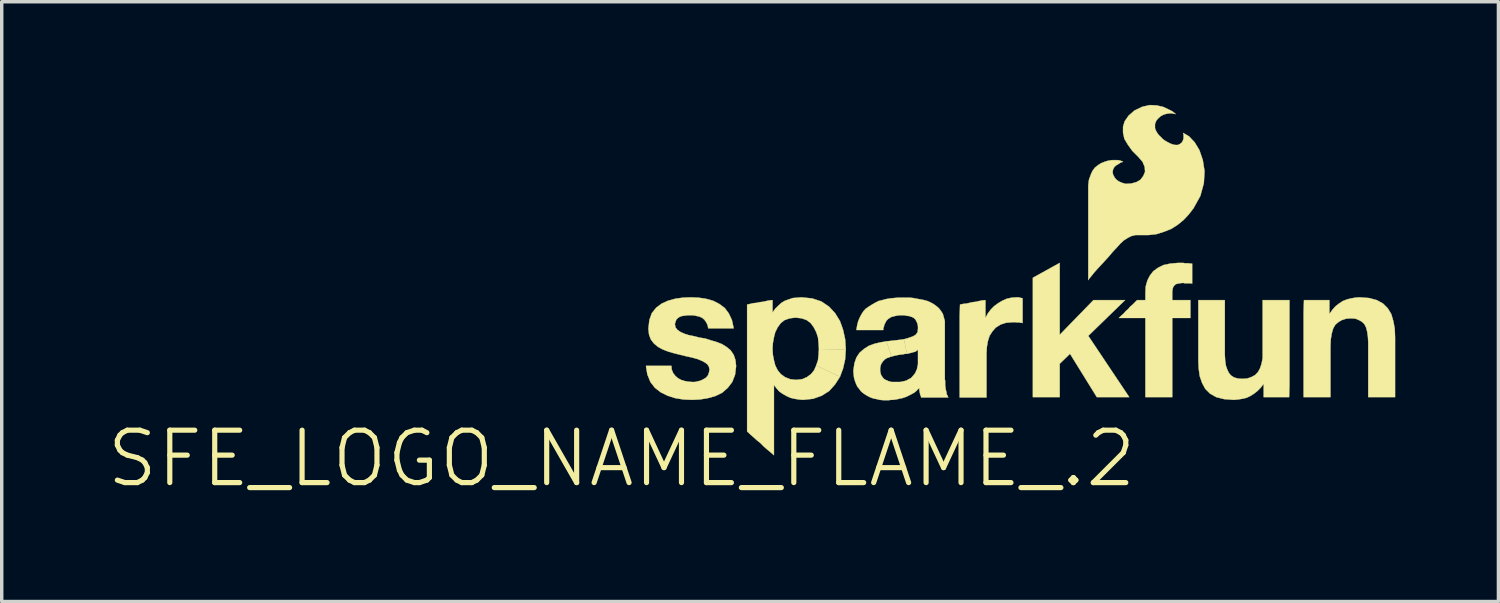
<source format=kicad_pcb>
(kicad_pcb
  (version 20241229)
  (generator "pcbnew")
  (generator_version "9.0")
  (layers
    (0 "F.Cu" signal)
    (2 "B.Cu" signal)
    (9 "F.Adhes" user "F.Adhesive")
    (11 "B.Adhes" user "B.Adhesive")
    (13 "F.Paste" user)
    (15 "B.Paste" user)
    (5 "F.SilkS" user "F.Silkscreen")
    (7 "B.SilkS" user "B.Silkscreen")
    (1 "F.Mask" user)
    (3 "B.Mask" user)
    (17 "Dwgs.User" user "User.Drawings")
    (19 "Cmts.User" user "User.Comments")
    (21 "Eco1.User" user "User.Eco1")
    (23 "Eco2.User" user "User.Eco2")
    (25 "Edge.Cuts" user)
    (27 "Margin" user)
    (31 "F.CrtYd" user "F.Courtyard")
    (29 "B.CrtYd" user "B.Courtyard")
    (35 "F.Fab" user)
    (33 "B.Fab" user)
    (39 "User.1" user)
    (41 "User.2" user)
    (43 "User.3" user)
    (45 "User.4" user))
  (footprint "SFE_LOGO_NAME_FLAME_.2"
    (layer "F.Cu")
    (at 15.022 10.284)
    (property "Reference" "SFE_LOGO_NAME_FLAME_.2" (at 0 0 0) (layer "F.SilkS") (effects (font (size 1.524 1.524) (thickness 0.15))))
    (attr exclude_from_pos_files exclude_from_bom)
    (fp_poly (pts (xy 5.659 -2.708) (xy 5.71 -2.857) (xy 5.728 -3.018) (xy 5.738 -3.188) (xy 6.518 -3.17) (xy 6.5 -2.888) (xy 6.439 -2.619) (xy 6.35 -2.38)) (stroke (width 0.01) (type solid)) (fill yes) (layer "F.SilkS"))
    (fp_poly (pts (xy 11.958 -5.258) (xy 12.738 -5.69) (xy 12.738 -3.599) (xy 13.719 -4.608) (xy 14.638 -4.608) (xy 13.569 -3.569) (xy 14.76 -1.788) (xy 13.818 -1.788) (xy 13.038 -3.048) (xy 12.738 -2.758) (xy 12.738 -1.788) (xy 11.958 -1.788)) (stroke (width 0.01) (type solid)) (fill yes) (layer "F.SilkS"))
    (fp_poly (pts (xy 7.699 -3.409) (xy 7.879 -3.429) (xy 8.049 -3.449) (xy 8.209 -3.47) (xy 8.298 -3.048) (xy 8.25 -3.048) (xy 8.209 -3.038) (xy 8.158 -3.028) (xy 8.118 -3.028) (xy 8.07 -3.018) (xy 8.019 -3.01) (xy 7.978 -3) (xy 7.93 -2.99) (xy 7.889 -2.979) (xy 7.849 -2.969)) (stroke (width 0.01) (type solid)) (fill yes) (layer "F.SilkS"))
    (fp_poly (pts (xy 19.408 -1.788) (xy 18.669 -1.788) (xy 18.669 -2.179) (xy 18.588 -2.068) (xy 18.489 -1.968) (xy 18.39 -1.89) (xy 18.278 -1.819) (xy 18.169 -1.768) (xy 18.049 -1.74) (xy 17.92 -1.72) (xy 17.798 -1.709) (xy 17.518 -1.73) (xy 17.29 -1.788) (xy 17.109 -1.89) (xy 16.97 -2.029) (xy 16.878 -2.2) (xy 16.81 -2.398) (xy 16.779 -2.619) (xy 16.769 -2.868) (xy 16.769 -4.608) (xy 17.539 -4.608) (xy 17.539 -3.018) (xy 17.549 -2.85) (xy 17.569 -2.708) (xy 17.61 -2.588) (xy 17.658 -2.489) (xy 17.719 -2.418) (xy 17.808 -2.36) (xy 17.92 -2.329) (xy 18.039 -2.319) (xy 18.189 -2.329) (xy 18.308 -2.37) (xy 18.418 -2.428) (xy 18.499 -2.51) (xy 18.56 -2.619) (xy 18.608 -2.758) (xy 18.639 -2.929) (xy 18.639 -4.608) (xy 19.418 -4.608) (xy 19.418 -2.139)) (stroke (width 0.01) (type solid)) (fill yes) (layer "F.SilkS"))
    (fp_poly (pts (xy 9.84 -4.478) (xy 9.929 -4.498) (xy 10.028 -4.508) (xy 10.119 -4.529) (xy 10.208 -4.549) (xy 10.3 -4.559) (xy 10.389 -4.58) (xy 10.488 -4.6) (xy 10.579 -4.608) (xy 10.579 -4.089) (xy 10.648 -4.219) (xy 10.729 -4.328) (xy 10.828 -4.43) (xy 10.95 -4.519) (xy 11.069 -4.59) (xy 11.199 -4.648) (xy 11.339 -4.679) (xy 11.488 -4.689) (xy 11.549 -4.689) (xy 11.57 -4.679) (xy 11.587 -4.679) (xy 11.618 -4.669) (xy 11.638 -4.669) (xy 11.659 -4.658) (xy 11.659 -3.94) (xy 11.628 -3.95) (xy 11.598 -3.95) (xy 11.56 -3.96) (xy 11.488 -3.96) (xy 11.448 -3.967) (xy 11.379 -3.967) (xy 11.179 -3.95) (xy 11.019 -3.899) (xy 10.879 -3.81) (xy 10.78 -3.698) (xy 10.698 -3.569) (xy 10.648 -3.409) (xy 10.62 -3.239) (xy 10.61 -3.058) (xy 10.61 -1.778) (xy 9.83 -1.778) (xy 9.83 -4.138)) (stroke (width 0.01) (type solid)) (fill yes) (layer "F.SilkS"))
    (fp_poly (pts (xy 19.84 -4.608) (xy 20.579 -4.608) (xy 20.579 -4.219) (xy 20.589 -4.219) (xy 20.668 -4.328) (xy 20.759 -4.43) (xy 20.858 -4.508) (xy 20.968 -4.58) (xy 21.09 -4.628) (xy 21.209 -4.658) (xy 21.328 -4.679) (xy 21.448 -4.689) (xy 21.73 -4.669) (xy 21.958 -4.608) (xy 22.139 -4.508) (xy 22.278 -4.369) (xy 22.38 -4.199) (xy 22.438 -3.998) (xy 22.479 -3.78) (xy 22.489 -3.528) (xy 22.489 -1.788) (xy 21.709 -1.788) (xy 21.709 -3.378) (xy 21.699 -3.548) (xy 21.679 -3.688) (xy 21.648 -3.81) (xy 21.598 -3.909) (xy 21.529 -3.978) (xy 21.438 -4.028) (xy 21.339 -4.069) (xy 21.209 -4.079) (xy 21.069 -4.069) (xy 20.94 -4.028) (xy 20.838 -3.967) (xy 20.749 -3.889) (xy 20.688 -3.78) (xy 20.648 -3.64) (xy 20.62 -3.47) (xy 20.61 -3.269) (xy 20.61 -1.788) (xy 19.83 -1.788) (xy 19.83 -4.26)) (stroke (width 0.01) (type solid)) (fill yes) (layer "F.SilkS"))
    (fp_poly (pts (xy 15.23 -4.089) (xy 14.458 -4.089) (xy 14.529 -4.158) (xy 14.6 -4.219) (xy 14.658 -4.288) (xy 14.729 -4.348) (xy 14.788 -4.42) (xy 14.859 -4.478) (xy 14.928 -4.549) (xy 14.989 -4.608) (xy 15.23 -4.608) (xy 15.23 -4.829) (xy 15.24 -5.009) (xy 15.288 -5.179) (xy 15.359 -5.319) (xy 15.458 -5.448) (xy 15.598 -5.55) (xy 15.758 -5.629) (xy 15.949 -5.669) (xy 16.18 -5.69) (xy 16.33 -5.69) (xy 16.378 -5.679) (xy 16.49 -5.679) (xy 16.538 -5.669) (xy 16.589 -5.669) (xy 16.589 -5.088) (xy 16.548 -5.098) (xy 16.368 -5.098) (xy 16.34 -5.108) (xy 16.299 -5.108) (xy 16.228 -5.098) (xy 16.17 -5.088) (xy 16.109 -5.07) (xy 16.068 -5.029) (xy 16.038 -4.989) (xy 16.02 -4.928) (xy 16.01 -4.859) (xy 16.01 -4.608) (xy 16.538 -4.608) (xy 16.538 -4.089) (xy 16.01 -4.089) (xy 16.01 -1.788) (xy 15.23 -1.788) (xy 15.23 -3.81)) (stroke (width 0.01) (type solid)) (fill yes) (layer "F.SilkS"))
    (fp_poly (pts (xy 6.35 -2.38) (xy 6.208 -2.159) (xy 6.038 -1.968) (xy 5.819 -1.829) (xy 5.568 -1.74) (xy 5.278 -1.709) (xy 5.149 -1.72) (xy 5.029 -1.74) (xy 4.91 -1.768) (xy 4.798 -1.819) (xy 4.689 -1.88) (xy 4.59 -1.948) (xy 4.508 -2.04) (xy 4.43 -2.139) (xy 4.43 -0.099) (xy 4.328 -0.188) (xy 4.229 -0.269) (xy 4.128 -0.358) (xy 4.039 -0.45) (xy 3.94 -0.528) (xy 3.838 -0.62) (xy 3.749 -0.699) (xy 3.65 -0.79) (xy 3.65 -4.478) (xy 3.739 -4.498) (xy 3.828 -4.519) (xy 3.929 -4.529) (xy 4.018 -4.549) (xy 4.11 -4.559) (xy 4.199 -4.58) (xy 4.298 -4.6) (xy 4.389 -4.608) (xy 4.389 -4.249) (xy 4.468 -4.359) (xy 4.559 -4.448) (xy 4.648 -4.529) (xy 4.75 -4.59) (xy 4.859 -4.628) (xy 4.978 -4.669) (xy 5.108 -4.679) (xy 5.23 -4.689) (xy 5.54 -4.658) (xy 5.809 -4.569) (xy 6.03 -4.42) (xy 6.208 -4.229) (xy 6.35 -3.998) (xy 6.439 -3.749) (xy 6.5 -3.47) (xy 6.518 -3.17) (xy 5.738 -3.188) (xy 5.728 -3.358) (xy 5.71 -3.528) (xy 5.659 -3.678) (xy 5.588 -3.818) (xy 5.499 -3.94) (xy 5.38 -4.028) (xy 5.237 -4.079) (xy 5.06 -4.1) (xy 4.889 -4.079) (xy 4.74 -4.028) (xy 4.628 -3.94) (xy 4.539 -3.818) (xy 4.468 -3.678) (xy 4.43 -3.528) (xy 4.399 -3.358) (xy 4.389 -3.188) (xy 4.399 -3.018) (xy 4.43 -2.857) (xy 4.468 -2.708) (xy 4.539 -2.568) (xy 4.628 -2.459) (xy 4.75 -2.37) (xy 4.9 -2.309) (xy 5.07 -2.289) (xy 5.248 -2.309) (xy 5.39 -2.37) (xy 5.509 -2.459) (xy 5.598 -2.568) (xy 5.659 -2.708)) (stroke (width 0.01) (type solid)) (fill yes) (layer "F.SilkS"))
    (fp_poly (pts (xy 1.448 -2.697) (xy 1.458 -2.588) (xy 1.499 -2.489) (xy 1.56 -2.408) (xy 1.638 -2.339) (xy 1.73 -2.289) (xy 1.829 -2.258) (xy 1.928 -2.238) (xy 2.05 -2.228) (xy 2.129 -2.228) (xy 2.22 -2.248) (xy 2.299 -2.268) (xy 2.38 -2.309) (xy 2.449 -2.349) (xy 2.51 -2.418) (xy 2.54 -2.499) (xy 2.558 -2.588) (xy 2.54 -2.67) (xy 2.499 -2.738) (xy 2.418 -2.799) (xy 2.319 -2.85) (xy 2.2 -2.898) (xy 2.05 -2.939) (xy 1.869 -2.979) (xy 1.669 -3.028) (xy 1.509 -3.068) (xy 1.339 -3.119) (xy 1.189 -3.178) (xy 1.059 -3.249) (xy 0.94 -3.348) (xy 0.848 -3.47) (xy 0.798 -3.609) (xy 0.78 -3.78) (xy 0.808 -4.028) (xy 0.879 -4.229) (xy 1.008 -4.389) (xy 1.168 -4.508) (xy 1.349 -4.59) (xy 1.56 -4.648) (xy 1.778 -4.679) (xy 2.009 -4.689) (xy 2.238 -4.679) (xy 2.449 -4.648) (xy 2.659 -4.59) (xy 2.84 -4.498) (xy 3 -4.379) (xy 3.119 -4.219) (xy 3.208 -4.028) (xy 3.259 -3.79) (xy 2.52 -3.79) (xy 2.499 -3.889) (xy 2.459 -3.967) (xy 2.408 -4.039) (xy 2.349 -4.089) (xy 2.268 -4.128) (xy 2.179 -4.148) (xy 2.088 -4.168) (xy 1.918 -4.168) (xy 1.839 -4.158) (xy 1.768 -4.148) (xy 1.699 -4.128) (xy 1.638 -4.089) (xy 1.598 -4.049) (xy 1.57 -3.988) (xy 1.549 -3.909) (xy 1.57 -3.81) (xy 1.628 -3.739) (xy 1.72 -3.678) (xy 1.829 -3.63) (xy 1.958 -3.589) (xy 2.108 -3.559) (xy 2.268 -3.518) (xy 2.438 -3.49) (xy 2.598 -3.439) (xy 2.769 -3.388) (xy 2.918 -3.33) (xy 3.048 -3.249) (xy 3.17 -3.15) (xy 3.259 -3.018) (xy 3.31 -2.868) (xy 3.33 -2.69) (xy 3.299 -2.438) (xy 3.218 -2.228) (xy 3.089 -2.06) (xy 2.929 -1.918) (xy 2.728 -1.819) (xy 2.51 -1.758) (xy 2.278 -1.72) (xy 2.04 -1.709) (xy 1.798 -1.72) (xy 1.56 -1.758) (xy 1.339 -1.829) (xy 1.138 -1.928) (xy 0.968 -2.06) (xy 0.838 -2.228) (xy 0.749 -2.449) (xy 0.709 -2.697) (xy 1.359 -2.697)) (stroke (width 0.01) (type solid)) (fill yes) (layer "F.SilkS"))
    (fp_poly (pts (xy 16.33 -9.469) (xy 16.33 -9.449) (xy 16.34 -9.418) (xy 16.34 -9.309) (xy 16.32 -9.248) (xy 16.289 -9.19) (xy 16.238 -9.149) (xy 16.17 -9.119) (xy 16.109 -9.119) (xy 16.038 -9.129) (xy 15.959 -9.159) (xy 15.878 -9.2) (xy 15.809 -9.238) (xy 15.738 -9.289) (xy 15.679 -9.35) (xy 15.618 -9.408) (xy 15.568 -9.479) (xy 15.53 -9.548) (xy 15.509 -9.609) (xy 15.509 -9.728) (xy 15.53 -9.789) (xy 15.557 -9.84) (xy 15.608 -9.898) (xy 15.679 -9.959) (xy 15.758 -10) (xy 15.85 -10.028) (xy 15.928 -10.038) (xy 15.999 -10.038) (xy 16.058 -10.028) (xy 16.099 -10.018) (xy 16.109 -10.018) (xy 16.088 -10.038) (xy 16.01 -10.099) (xy 15.888 -10.16) (xy 15.738 -10.229) (xy 15.557 -10.269) (xy 15.359 -10.279) (xy 15.138 -10.229) (xy 14.91 -10.119) (xy 14.74 -9.97) (xy 14.628 -9.809) (xy 14.58 -9.649) (xy 14.58 -9.479) (xy 14.618 -9.299) (xy 14.719 -9.129) (xy 14.849 -8.948) (xy 15.019 -8.778) (xy 15.149 -8.628) (xy 15.21 -8.479) (xy 15.22 -8.339) (xy 15.169 -8.219) (xy 15.088 -8.108) (xy 14.968 -8.039) (xy 14.818 -7.998) (xy 14.658 -7.988) (xy 14.549 -8.019) (xy 14.458 -8.059) (xy 14.389 -8.108) (xy 14.338 -8.169) (xy 14.298 -8.24) (xy 14.28 -8.298) (xy 14.28 -8.369) (xy 14.298 -8.428) (xy 14.328 -8.479) (xy 14.369 -8.519) (xy 14.42 -8.55) (xy 14.468 -8.578) (xy 14.508 -8.608) (xy 14.549 -8.618) (xy 14.58 -8.639) (xy 14.59 -8.639) (xy 14.569 -8.639) (xy 14.539 -8.649) (xy 14.488 -8.669) (xy 14.42 -8.679) (xy 14.249 -8.679) (xy 14.138 -8.659) (xy 14.039 -8.628) (xy 13.94 -8.588) (xy 13.848 -8.529) (xy 13.759 -8.458) (xy 13.688 -8.359) (xy 13.64 -8.25) (xy 13.589 -8.108) (xy 13.569 -7.948) (xy 13.569 -5.189) (xy 13.579 -5.21) (xy 13.609 -5.248) (xy 13.668 -5.319) (xy 13.739 -5.408) (xy 13.828 -5.509) (xy 13.94 -5.629) (xy 14.049 -5.748) (xy 14.168 -5.878) (xy 14.287 -6.02) (xy 14.409 -6.149) (xy 14.508 -6.259) (xy 14.608 -6.35) (xy 14.719 -6.419) (xy 14.818 -6.469) (xy 14.938 -6.5) (xy 15.319 -6.5) (xy 15.557 -6.528) (xy 15.778 -6.599) (xy 15.979 -6.678) (xy 16.17 -6.8) (xy 16.34 -6.939) (xy 16.49 -7.099) (xy 16.629 -7.28) (xy 16.828 -7.638) (xy 16.929 -8.009) (xy 16.949 -8.359) (xy 16.899 -8.679) (xy 16.8 -8.969) (xy 16.66 -9.2) (xy 16.5 -9.368)) (stroke (width 0.01) (type solid)) (fill yes) (layer "F.SilkS"))
    (fp_poly (pts (xy 7.849 -2.969) (xy 7.808 -2.959) (xy 7.77 -2.939) (xy 7.729 -2.929) (xy 7.689 -2.908) (xy 7.658 -2.888) (xy 7.628 -2.857) (xy 7.6 -2.83) (xy 7.579 -2.799) (xy 7.559 -2.769) (xy 7.539 -2.728) (xy 7.529 -2.69) (xy 7.518 -2.639) (xy 7.518 -2.54) (xy 7.529 -2.489) (xy 7.539 -2.449) (xy 7.559 -2.408) (xy 7.579 -2.38) (xy 7.6 -2.349) (xy 7.628 -2.319) (xy 7.658 -2.299) (xy 7.699 -2.278) (xy 7.729 -2.268) (xy 7.77 -2.248) (xy 7.808 -2.238) (xy 7.859 -2.228) (xy 8.098 -2.228) (xy 8.199 -2.248) (xy 8.278 -2.268) (xy 8.349 -2.309) (xy 8.41 -2.339) (xy 8.458 -2.388) (xy 8.499 -2.438) (xy 8.539 -2.489) (xy 8.56 -2.54) (xy 8.588 -2.598) (xy 8.598 -2.649) (xy 8.608 -2.697) (xy 8.618 -2.748) (xy 8.618 -3.17) (xy 8.598 -3.15) (xy 8.57 -3.129) (xy 8.539 -3.109) (xy 8.499 -3.099) (xy 8.458 -3.089) (xy 8.428 -3.078) (xy 8.379 -3.068) (xy 8.339 -3.058) (xy 8.298 -3.048) (xy 8.209 -3.47) (xy 8.339 -3.508) (xy 8.458 -3.548) (xy 8.55 -3.599) (xy 8.608 -3.678) (xy 8.618 -3.78) (xy 8.618 -3.838) (xy 8.608 -3.899) (xy 8.598 -3.94) (xy 8.578 -3.978) (xy 8.56 -4.018) (xy 8.539 -4.049) (xy 8.509 -4.079) (xy 8.479 -4.1) (xy 8.438 -4.12) (xy 8.4 -4.128) (xy 8.359 -4.148) (xy 8.319 -4.148) (xy 8.268 -4.158) (xy 8.219 -4.168) (xy 8.07 -4.168) (xy 8.009 -4.158) (xy 7.958 -4.148) (xy 7.92 -4.138) (xy 7.869 -4.128) (xy 7.828 -4.11) (xy 7.798 -4.089) (xy 7.76 -4.069) (xy 7.729 -4.039) (xy 7.699 -4.008) (xy 7.678 -3.967) (xy 7.658 -3.929) (xy 7.638 -3.889) (xy 7.628 -3.838) (xy 7.61 -3.79) (xy 7.61 -3.739) (xy 6.828 -3.739) (xy 6.848 -3.868) (xy 6.878 -3.988) (xy 6.919 -4.089) (xy 6.97 -4.188) (xy 7.028 -4.28) (xy 7.099 -4.359) (xy 7.188 -4.42) (xy 7.28 -4.478) (xy 7.369 -4.529) (xy 7.468 -4.58) (xy 7.579 -4.608) (xy 7.689 -4.638) (xy 7.808 -4.658) (xy 7.92 -4.669) (xy 8.039 -4.679) (xy 8.379 -4.679) (xy 8.479 -4.669) (xy 8.588 -4.648) (xy 8.7 -4.628) (xy 8.799 -4.608) (xy 8.898 -4.58) (xy 8.989 -4.539) (xy 9.078 -4.488) (xy 9.159 -4.43) (xy 9.228 -4.369) (xy 9.289 -4.288) (xy 9.34 -4.209) (xy 9.368 -4.11) (xy 9.398 -3.998) (xy 9.398 -2.309) (xy 9.408 -2.258) (xy 9.408 -2.129) (xy 9.418 -2.078) (xy 9.418 -2.04) (xy 9.428 -1.999) (xy 9.439 -1.958) (xy 9.449 -1.918) (xy 9.449 -1.89) (xy 9.459 -1.859) (xy 9.479 -1.829) (xy 9.489 -1.798) (xy 9.5 -1.778) (xy 8.71 -1.778) (xy 8.71 -1.798) (xy 8.7 -1.808) (xy 8.7 -1.829) (xy 8.689 -1.849) (xy 8.679 -1.859) (xy 8.679 -1.9) (xy 8.669 -1.908) (xy 8.669 -1.948) (xy 8.659 -1.968) (xy 8.659 -2.05) (xy 8.608 -2.009) (xy 8.56 -1.958) (xy 8.509 -1.918) (xy 8.458 -1.89) (xy 8.4 -1.859) (xy 8.339 -1.829) (xy 8.278 -1.798) (xy 8.219 -1.778) (xy 8.158 -1.758) (xy 8.098 -1.748) (xy 8.029 -1.73) (xy 7.968 -1.72) (xy 7.899 -1.709) (xy 7.838 -1.709) (xy 7.77 -1.699) (xy 7.61 -1.699) (xy 7.508 -1.709) (xy 7.419 -1.73) (xy 7.328 -1.748) (xy 7.239 -1.778) (xy 7.158 -1.819) (xy 7.089 -1.859) (xy 7.018 -1.908) (xy 6.96 -1.958) (xy 6.909 -2.029) (xy 6.858 -2.088) (xy 6.82 -2.169) (xy 6.789 -2.248) (xy 6.759 -2.349) (xy 6.749 -2.438) (xy 6.739 -2.548) (xy 6.769 -2.769) (xy 6.828 -2.939) (xy 6.919 -3.078) (xy 7.048 -3.188) (xy 7.188 -3.279) (xy 7.348 -3.338) (xy 7.518 -3.378) (xy 7.699 -3.409)) (stroke (width 0.01) (type solid)) (fill yes) (layer "F.SilkS")))
  (gr_rect
    (start -3 -3)
    (end 40.516 14.439)
    (stroke (width 0.1) (type default))
    (fill no)
    (layer "Edge.Cuts")))
</source>
